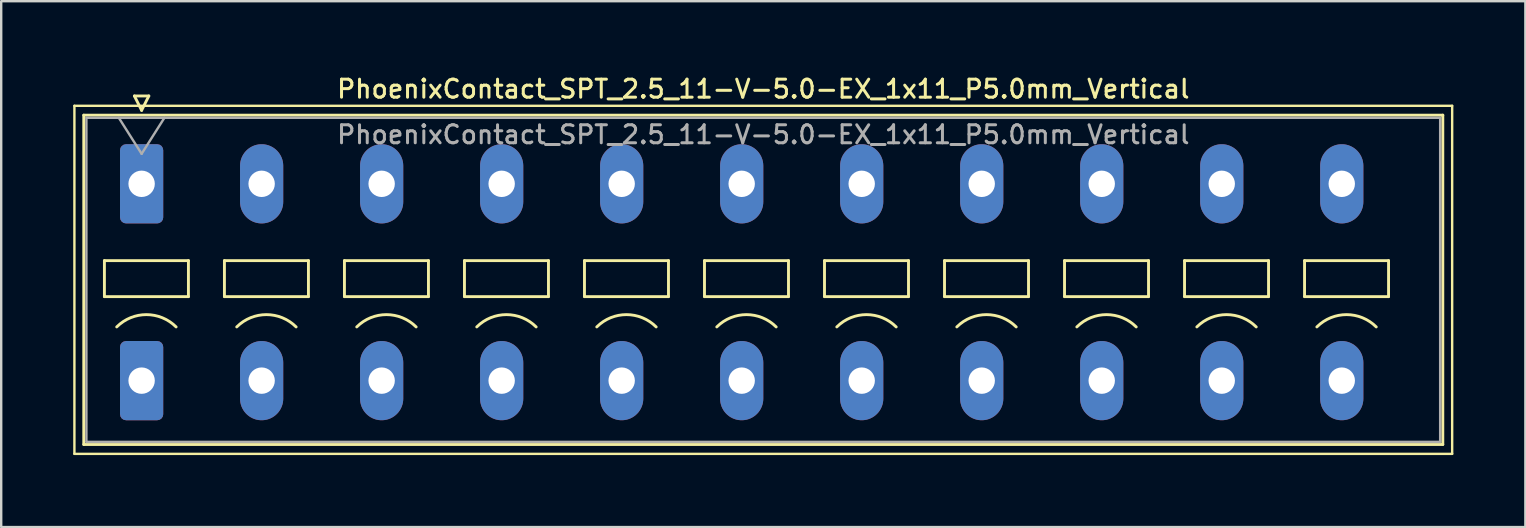
<source format=kicad_pcb>
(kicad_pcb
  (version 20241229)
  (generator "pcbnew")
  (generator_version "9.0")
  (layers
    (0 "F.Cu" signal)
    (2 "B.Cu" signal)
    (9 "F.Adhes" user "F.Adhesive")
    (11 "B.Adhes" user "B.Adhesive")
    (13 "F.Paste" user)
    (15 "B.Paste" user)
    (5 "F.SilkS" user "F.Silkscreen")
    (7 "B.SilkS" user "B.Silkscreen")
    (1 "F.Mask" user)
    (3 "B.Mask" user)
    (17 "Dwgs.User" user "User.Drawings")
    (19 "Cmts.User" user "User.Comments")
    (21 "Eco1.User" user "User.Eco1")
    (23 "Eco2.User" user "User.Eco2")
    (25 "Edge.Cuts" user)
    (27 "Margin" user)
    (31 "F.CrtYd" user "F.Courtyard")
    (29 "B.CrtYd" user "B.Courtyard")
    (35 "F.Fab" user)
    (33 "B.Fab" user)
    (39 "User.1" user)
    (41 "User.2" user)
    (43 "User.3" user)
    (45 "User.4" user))
  (footprint "PhoenixContact_SPT_2.5_11-V-5.0-EX_1x11_P5.0mm_Vertical"
    (layer "F.Cu")
    (at 2.85 4.608)
    (property "Reference" "PhoenixContact_SPT_2.5_11-V-5.0-EX_1x11_P5.0mm_Vertical" (at 25.9 -3.95 0) (layer "F.SilkS") (effects (font (size 0.75 0.75) (thickness 0.125))))
    (attr through_hole)
    (fp_line (start -2.8 -3.25) (end -2.8 11.25) (stroke (width 0.1) (type solid)) (layer "F.SilkS"))
    (fp_line (start -2.8 11.25) (end 54.6 11.25) (stroke (width 0.1) (type solid)) (layer "F.SilkS"))
    (fp_line (start -2.41 -2.86) (end 54.21 -2.86) (stroke (width 0.12) (type solid)) (layer "F.SilkS"))
    (fp_line (start -2.41 10.86) (end -2.41 -2.86) (stroke (width 0.12) (type solid)) (layer "F.SilkS"))
    (fp_line (start -1.55 3.2) (end -1.55 4.7) (stroke (width 0.12) (type solid)) (layer "F.SilkS"))
    (fp_line (start -1.55 4.7) (end 1.95 4.7) (stroke (width 0.12) (type solid)) (layer "F.SilkS"))
    (fp_line (start -0.3 -3.66) (end 0 -3.06) (stroke (width 0.12) (type solid)) (layer "F.SilkS"))
    (fp_line (start -0.3 -3.66) (end 0.3 -3.66) (stroke (width 0.12) (type solid)) (layer "F.SilkS"))
    (fp_line (start 0.3 -3.66) (end 0 -3.06) (stroke (width 0.12) (type solid)) (layer "F.SilkS"))
    (fp_line (start 1.95 3.2) (end -1.55 3.2) (stroke (width 0.12) (type solid)) (layer "F.SilkS"))
    (fp_line (start 1.95 4.7) (end 1.95 3.2) (stroke (width 0.12) (type solid)) (layer "F.SilkS"))
    (fp_line (start 3.45 3.2) (end 3.45 4.7) (stroke (width 0.12) (type solid)) (layer "F.SilkS"))
    (fp_line (start 3.45 4.7) (end 6.95 4.7) (stroke (width 0.12) (type solid)) (layer "F.SilkS"))
    (fp_line (start 6.95 3.2) (end 3.45 3.2) (stroke (width 0.12) (type solid)) (layer "F.SilkS"))
    (fp_line (start 6.95 4.7) (end 6.95 3.2) (stroke (width 0.12) (type solid)) (layer "F.SilkS"))
    (fp_line (start 8.45 3.2) (end 8.45 4.7) (stroke (width 0.12) (type solid)) (layer "F.SilkS"))
    (fp_line (start 8.45 4.7) (end 11.95 4.7) (stroke (width 0.12) (type solid)) (layer "F.SilkS"))
    (fp_line (start 11.95 3.2) (end 8.45 3.2) (stroke (width 0.12) (type solid)) (layer "F.SilkS"))
    (fp_line (start 11.95 4.7) (end 11.95 3.2) (stroke (width 0.12) (type solid)) (layer "F.SilkS"))
    (fp_line (start 13.45 3.2) (end 13.45 4.7) (stroke (width 0.12) (type solid)) (layer "F.SilkS"))
    (fp_line (start 13.45 4.7) (end 16.95 4.7) (stroke (width 0.12) (type solid)) (layer "F.SilkS"))
    (fp_line (start 16.95 3.2) (end 13.45 3.2) (stroke (width 0.12) (type solid)) (layer "F.SilkS"))
    (fp_line (start 16.95 4.7) (end 16.95 3.2) (stroke (width 0.12) (type solid)) (layer "F.SilkS"))
    (fp_line (start 18.45 3.2) (end 18.45 4.7) (stroke (width 0.12) (type solid)) (layer "F.SilkS"))
    (fp_line (start 18.45 4.7) (end 21.95 4.7) (stroke (width 0.12) (type solid)) (layer "F.SilkS"))
    (fp_line (start 21.95 3.2) (end 18.45 3.2) (stroke (width 0.12) (type solid)) (layer "F.SilkS"))
    (fp_line (start 21.95 4.7) (end 21.95 3.2) (stroke (width 0.12) (type solid)) (layer "F.SilkS"))
    (fp_line (start 23.45 3.2) (end 23.45 4.7) (stroke (width 0.12) (type solid)) (layer "F.SilkS"))
    (fp_line (start 23.45 4.7) (end 26.95 4.7) (stroke (width 0.12) (type solid)) (layer "F.SilkS"))
    (fp_line (start 26.95 3.2) (end 23.45 3.2) (stroke (width 0.12) (type solid)) (layer "F.SilkS"))
    (fp_line (start 26.95 4.7) (end 26.95 3.2) (stroke (width 0.12) (type solid)) (layer "F.SilkS"))
    (fp_line (start 28.45 3.2) (end 28.45 4.7) (stroke (width 0.12) (type solid)) (layer "F.SilkS"))
    (fp_line (start 28.45 4.7) (end 31.95 4.7) (stroke (width 0.12) (type solid)) (layer "F.SilkS"))
    (fp_line (start 31.95 3.2) (end 28.45 3.2) (stroke (width 0.12) (type solid)) (layer "F.SilkS"))
    (fp_line (start 31.95 4.7) (end 31.95 3.2) (stroke (width 0.12) (type solid)) (layer "F.SilkS"))
    (fp_line (start 33.45 3.2) (end 33.45 4.7) (stroke (width 0.12) (type solid)) (layer "F.SilkS"))
    (fp_line (start 33.45 4.7) (end 36.95 4.7) (stroke (width 0.12) (type solid)) (layer "F.SilkS"))
    (fp_line (start 36.95 3.2) (end 33.45 3.2) (stroke (width 0.12) (type solid)) (layer "F.SilkS"))
    (fp_line (start 36.95 4.7) (end 36.95 3.2) (stroke (width 0.12) (type solid)) (layer "F.SilkS"))
    (fp_line (start 38.45 3.2) (end 38.45 4.7) (stroke (width 0.12) (type solid)) (layer "F.SilkS"))
    (fp_line (start 38.45 4.7) (end 41.95 4.7) (stroke (width 0.12) (type solid)) (layer "F.SilkS"))
    (fp_line (start 41.95 3.2) (end 38.45 3.2) (stroke (width 0.12) (type solid)) (layer "F.SilkS"))
    (fp_line (start 41.95 4.7) (end 41.95 3.2) (stroke (width 0.12) (type solid)) (layer "F.SilkS"))
    (fp_line (start 43.45 3.2) (end 43.45 4.7) (stroke (width 0.12) (type solid)) (layer "F.SilkS"))
    (fp_line (start 43.45 4.7) (end 46.95 4.7) (stroke (width 0.12) (type solid)) (layer "F.SilkS"))
    (fp_line (start 46.95 3.2) (end 43.45 3.2) (stroke (width 0.12) (type solid)) (layer "F.SilkS"))
    (fp_line (start 46.95 4.7) (end 46.95 3.2) (stroke (width 0.12) (type solid)) (layer "F.SilkS"))
    (fp_line (start 48.45 3.2) (end 48.45 4.7) (stroke (width 0.12) (type solid)) (layer "F.SilkS"))
    (fp_line (start 48.45 4.7) (end 51.95 4.7) (stroke (width 0.12) (type solid)) (layer "F.SilkS"))
    (fp_line (start 51.95 3.2) (end 48.45 3.2) (stroke (width 0.12) (type solid)) (layer "F.SilkS"))
    (fp_line (start 51.95 4.7) (end 51.95 3.2) (stroke (width 0.12) (type solid)) (layer "F.SilkS"))
    (fp_line (start 54.21 -2.86) (end 54.21 10.86) (stroke (width 0.12) (type solid)) (layer "F.SilkS"))
    (fp_line (start 54.21 10.86) (end -2.41 10.86) (stroke (width 0.12) (type solid)) (layer "F.SilkS"))
    (fp_line (start 54.6 -3.25) (end -2.8 -3.25) (stroke (width 0.1) (type solid)) (layer "F.SilkS"))
    (fp_line (start 54.6 11.25) (end 54.6 -3.25) (stroke (width 0.1) (type solid)) (layer "F.SilkS"))
    (fp_arc (start -1.037437 5.962563) (mid 0.2 5.45) (end 1.437437 5.962563) (stroke (width 0.12) (type solid)) (layer "F.SilkS"))
    (fp_arc (start 3.962563 5.962563) (mid 5.2 5.45) (end 6.437437 5.962563) (stroke (width 0.12) (type solid)) (layer "F.SilkS"))
    (fp_arc (start 8.962563 5.962563) (mid 10.2 5.45) (end 11.437437 5.962563) (stroke (width 0.12) (type solid)) (layer "F.SilkS"))
    (fp_arc (start 13.962563 5.962563) (mid 15.2 5.45) (end 16.437437 5.962563) (stroke (width 0.12) (type solid)) (layer "F.SilkS"))
    (fp_arc (start 18.962563 5.962563) (mid 20.2 5.45) (end 21.437437 5.962563) (stroke (width 0.12) (type solid)) (layer "F.SilkS"))
    (fp_arc (start 23.962563 5.962563) (mid 25.2 5.45) (end 26.437437 5.962563) (stroke (width 0.12) (type solid)) (layer "F.SilkS"))
    (fp_arc (start 28.962563 5.962563) (mid 30.2 5.45) (end 31.437437 5.962563) (stroke (width 0.12) (type solid)) (layer "F.SilkS"))
    (fp_arc (start 33.962563 5.962563) (mid 35.2 5.45) (end 36.437437 5.962563) (stroke (width 0.12) (type solid)) (layer "F.SilkS"))
    (fp_arc (start 38.962563 5.962563) (mid 40.2 5.45) (end 41.437437 5.962563) (stroke (width 0.12) (type solid)) (layer "F.SilkS"))
    (fp_arc (start 43.962563 5.962563) (mid 45.2 5.45) (end 46.437437 5.962563) (stroke (width 0.12) (type solid)) (layer "F.SilkS"))
    (fp_arc (start 48.962563 5.962563) (mid 50.2 5.45) (end 51.437437 5.962563) (stroke (width 0.12) (type solid)) (layer "F.SilkS"))
    (fp_line (start -2.3 -2.75) (end -2.3 10.75) (stroke (width 0.1) (type solid)) (layer "F.Fab"))
    (fp_line (start -2.3 10.75) (end 54.1 10.75) (stroke (width 0.1) (type solid)) (layer "F.Fab"))
    (fp_line (start -0.95 -2.75) (end 0 -1.25) (stroke (width 0.1) (type solid)) (layer "F.Fab"))
    (fp_line (start 0.95 -2.75) (end 0 -1.25) (stroke (width 0.1) (type solid)) (layer "F.Fab"))
    (fp_line (start 54.1 -2.75) (end -2.3 -2.75) (stroke (width 0.1) (type solid)) (layer "F.Fab"))
    (fp_line (start 54.1 10.75) (end 54.1 -2.75) (stroke (width 0.1) (type solid)) (layer "F.Fab"))
    (fp_text user "${REFERENCE}" (at 25.9 -2.05 0) (layer "F.Fab") (effects (font (size 0.75 0.75) (thickness 0.125))))
    (pad "1" thru_hole roundrect (at 0 0) (size 1.8 3.3) (drill 1.1) (layers "*.Cu" "*.Mask") (roundrect_rratio 0.139))
    (pad "1" thru_hole roundrect (at 0 8.2) (size 1.8 3.3) (drill 1.1) (layers "*.Cu" "*.Mask") (roundrect_rratio 0.139))
    (pad "2" thru_hole oval (at 5 0) (size 1.8 3.3) (drill 1.1) (layers "*.Cu" "*.Mask"))
    (pad "2" thru_hole oval (at 5 8.2) (size 1.8 3.3) (drill 1.1) (layers "*.Cu" "*.Mask"))
    (pad "3" thru_hole oval (at 10 0) (size 1.8 3.3) (drill 1.1) (layers "*.Cu" "*.Mask"))
    (pad "3" thru_hole oval (at 10 8.2) (size 1.8 3.3) (drill 1.1) (layers "*.Cu" "*.Mask"))
    (pad "4" thru_hole oval (at 15 0) (size 1.8 3.3) (drill 1.1) (layers "*.Cu" "*.Mask"))
    (pad "4" thru_hole oval (at 15 8.2) (size 1.8 3.3) (drill 1.1) (layers "*.Cu" "*.Mask"))
    (pad "5" thru_hole oval (at 20 0) (size 1.8 3.3) (drill 1.1) (layers "*.Cu" "*.Mask"))
    (pad "5" thru_hole oval (at 20 8.2) (size 1.8 3.3) (drill 1.1) (layers "*.Cu" "*.Mask"))
    (pad "6" thru_hole oval (at 25 0) (size 1.8 3.3) (drill 1.1) (layers "*.Cu" "*.Mask"))
    (pad "6" thru_hole oval (at 25 8.2) (size 1.8 3.3) (drill 1.1) (layers "*.Cu" "*.Mask"))
    (pad "7" thru_hole oval (at 30 0) (size 1.8 3.3) (drill 1.1) (layers "*.Cu" "*.Mask"))
    (pad "7" thru_hole oval (at 30 8.2) (size 1.8 3.3) (drill 1.1) (layers "*.Cu" "*.Mask"))
    (pad "8" thru_hole oval (at 35 0) (size 1.8 3.3) (drill 1.1) (layers "*.Cu" "*.Mask"))
    (pad "8" thru_hole oval (at 35 8.2) (size 1.8 3.3) (drill 1.1) (layers "*.Cu" "*.Mask"))
    (pad "9" thru_hole oval (at 40 0) (size 1.8 3.3) (drill 1.1) (layers "*.Cu" "*.Mask"))
    (pad "9" thru_hole oval (at 40 8.2) (size 1.8 3.3) (drill 1.1) (layers "*.Cu" "*.Mask"))
    (pad "10" thru_hole oval (at 45 0) (size 1.8 3.3) (drill 1.1) (layers "*.Cu" "*.Mask"))
    (pad "10" thru_hole oval (at 45 8.2) (size 1.8 3.3) (drill 1.1) (layers "*.Cu" "*.Mask"))
    (pad "11" thru_hole oval (at 50 0) (size 1.8 3.3) (drill 1.1) (layers "*.Cu" "*.Mask"))
    (pad "11" thru_hole oval (at 50 8.2) (size 1.8 3.3) (drill 1.1) (layers "*.Cu" "*.Mask")))
  (gr_rect
    (start -3 -3)
    (end 60.5 18.908)
    (stroke (width 0.1) (type default))
    (fill no)
    (layer "Edge.Cuts")))
</source>
